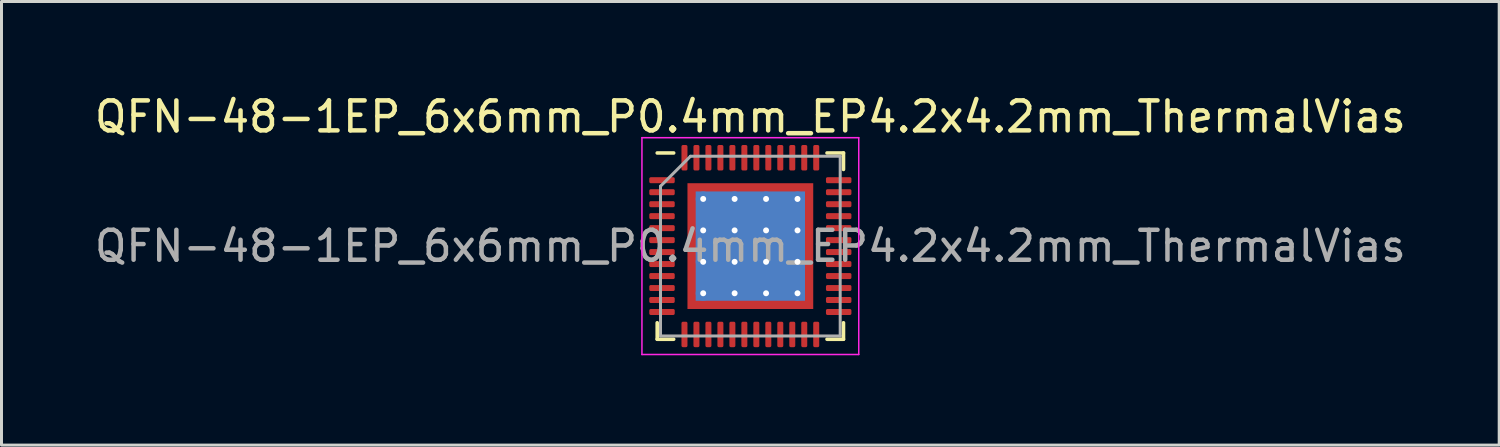
<source format=kicad_pcb>
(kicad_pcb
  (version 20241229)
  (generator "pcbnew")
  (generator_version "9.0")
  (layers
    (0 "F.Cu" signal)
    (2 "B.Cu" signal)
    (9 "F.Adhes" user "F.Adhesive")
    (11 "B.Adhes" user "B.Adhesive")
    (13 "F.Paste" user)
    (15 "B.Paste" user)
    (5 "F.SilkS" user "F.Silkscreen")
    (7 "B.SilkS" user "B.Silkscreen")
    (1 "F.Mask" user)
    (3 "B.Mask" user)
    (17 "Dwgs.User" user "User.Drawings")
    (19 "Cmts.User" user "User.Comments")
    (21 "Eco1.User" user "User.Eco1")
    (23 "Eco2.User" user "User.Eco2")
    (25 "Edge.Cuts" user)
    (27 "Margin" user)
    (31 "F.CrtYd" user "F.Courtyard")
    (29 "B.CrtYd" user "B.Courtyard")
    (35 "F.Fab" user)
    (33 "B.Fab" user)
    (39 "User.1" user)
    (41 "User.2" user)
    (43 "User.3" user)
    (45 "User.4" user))
  (footprint "QFN-48-1EP_6x6mm_P0.4mm_EP4.2x4.2mm_ThermalVias"
    (layer "F.Cu")
    (at 22.006 5.168)
    (property "Reference" "QFN-48-1EP_6x6mm_P0.4mm_EP4.2x4.2mm_ThermalVias" (at 0 -4.32 0) (layer "F.SilkS") (effects (font (size 1 1) (thickness 0.15))))
    (attr smd)
    (fp_line (start -3.11 3.11) (end -3.11 2.56) (stroke (width 0.12) (type solid)) (layer "F.SilkS"))
    (fp_line (start -2.56 -3.11) (end -3.11 -3.11) (stroke (width 0.12) (type solid)) (layer "F.SilkS"))
    (fp_line (start -2.56 3.11) (end -3.11 3.11) (stroke (width 0.12) (type solid)) (layer "F.SilkS"))
    (fp_line (start 2.56 -3.11) (end 3.11 -3.11) (stroke (width 0.12) (type solid)) (layer "F.SilkS"))
    (fp_line (start 2.56 3.11) (end 3.11 3.11) (stroke (width 0.12) (type solid)) (layer "F.SilkS"))
    (fp_line (start 3.11 -3.11) (end 3.11 -2.56) (stroke (width 0.12) (type solid)) (layer "F.SilkS"))
    (fp_line (start 3.11 3.11) (end 3.11 2.56) (stroke (width 0.12) (type solid)) (layer "F.SilkS"))
    (fp_line (start -3.62 -3.62) (end -3.62 3.62) (stroke (width 0.05) (type solid)) (layer "F.CrtYd"))
    (fp_line (start -3.62 3.62) (end 3.62 3.62) (stroke (width 0.05) (type solid)) (layer "F.CrtYd"))
    (fp_line (start 3.62 -3.62) (end -3.62 -3.62) (stroke (width 0.05) (type solid)) (layer "F.CrtYd"))
    (fp_line (start 3.62 3.62) (end 3.62 -3.62) (stroke (width 0.05) (type solid)) (layer "F.CrtYd"))
    (fp_line (start -3 -2) (end -2 -3) (stroke (width 0.1) (type solid)) (layer "F.Fab"))
    (fp_line (start -3 3) (end -3 -2) (stroke (width 0.1) (type solid)) (layer "F.Fab"))
    (fp_line (start -2 -3) (end 3 -3) (stroke (width 0.1) (type solid)) (layer "F.Fab"))
    (fp_line (start 3 -3) (end 3 3) (stroke (width 0.1) (type solid)) (layer "F.Fab"))
    (fp_line (start 3 3) (end -3 3) (stroke (width 0.1) (type solid)) (layer "F.Fab"))
    (fp_text user "${REFERENCE}" (at 0 0 0) (layer "F.Fab") (effects (font (size 1 1) (thickness 0.15))))
    (pad "" smd custom (at -1.837 -1.837) (size 0.295 0.295) (layers "F.Paste") (options (anchor circle)) (primitives (gr_poly (pts (xy -0.106 -0.106) (xy 0.106 -0.106) (xy 0.106 -0.013) (xy -0.013 0.106) (xy -0.106 0.106)) (width 0.212) (fill yes))))
    (pad "" smd custom (at -1.837 -1.05) (size 0.331 0.331) (layers "F.Paste") (options (anchor circle)) (primitives (gr_poly (pts (xy -0.12 -0.331) (xy 0.043 -0.331) (xy 0.12 -0.255) (xy 0.12 0.255) (xy 0.043 0.331) (xy -0.12 0.331)) (width 0.184) (fill yes))))
    (pad "" smd custom (at -1.837 0) (size 0.331 0.331) (layers "F.Paste") (options (anchor circle)) (primitives (gr_poly (pts (xy -0.12 -0.331) (xy 0.043 -0.331) (xy 0.12 -0.255) (xy 0.12 0.255) (xy 0.043 0.331) (xy -0.12 0.331)) (width 0.184) (fill yes))))
    (pad "" smd custom (at -1.837 1.05) (size 0.331 0.331) (layers "F.Paste") (options (anchor circle)) (primitives (gr_poly (pts (xy -0.12 -0.331) (xy 0.043 -0.331) (xy 0.12 -0.255) (xy 0.12 0.255) (xy 0.043 0.331) (xy -0.12 0.331)) (width 0.184) (fill yes))))
    (pad "" smd custom (at -1.837 1.837) (size 0.295 0.295) (layers "F.Paste") (options (anchor circle)) (primitives (gr_poly (pts (xy -0.106 -0.106) (xy -0.013 -0.106) (xy 0.106 0.013) (xy 0.106 0.106) (xy -0.106 0.106)) (width 0.212) (fill yes))))
    (pad "" smd custom (at -1.05 -1.837) (size 0.331 0.331) (layers "F.Paste") (options (anchor circle)) (primitives (gr_poly (pts (xy -0.331 -0.12) (xy 0.331 -0.12) (xy 0.331 0.043) (xy 0.255 0.12) (xy -0.255 0.12) (xy -0.331 0.043)) (width 0.184) (fill yes))))
    (pad "" smd roundrect (at -1.05 -1.05) (size 0.847 0.847) (layers "F.Paste") (roundrect_rratio 0.25))
    (pad "" smd roundrect (at -1.05 0) (size 0.847 0.847) (layers "F.Paste") (roundrect_rratio 0.25))
    (pad "" smd roundrect (at -1.05 1.05) (size 0.847 0.847) (layers "F.Paste") (roundrect_rratio 0.25))
    (pad "" smd custom (at -1.05 1.837) (size 0.331 0.331) (layers "F.Paste") (options (anchor circle)) (primitives (gr_poly (pts (xy -0.331 -0.043) (xy -0.255 -0.12) (xy 0.255 -0.12) (xy 0.331 -0.043) (xy 0.331 0.12) (xy -0.331 0.12)) (width 0.184) (fill yes))))
    (pad "" smd custom (at 0 -1.837) (size 0.331 0.331) (layers "F.Paste") (options (anchor circle)) (primitives (gr_poly (pts (xy -0.331 -0.12) (xy 0.331 -0.12) (xy 0.331 0.043) (xy 0.255 0.12) (xy -0.255 0.12) (xy -0.331 0.043)) (width 0.184) (fill yes))))
    (pad "" smd roundrect (at 0 -1.05) (size 0.847 0.847) (layers "F.Paste") (roundrect_rratio 0.25))
    (pad "" smd roundrect (at 0 0) (size 0.847 0.847) (layers "F.Paste") (roundrect_rratio 0.25))
    (pad "" smd roundrect (at 0 1.05) (size 0.847 0.847) (layers "F.Paste") (roundrect_rratio 0.25))
    (pad "" smd custom (at 0 1.837) (size 0.331 0.331) (layers "F.Paste") (options (anchor circle)) (primitives (gr_poly (pts (xy -0.331 -0.043) (xy -0.255 -0.12) (xy 0.255 -0.12) (xy 0.331 -0.043) (xy 0.331 0.12) (xy -0.331 0.12)) (width 0.184) (fill yes))))
    (pad "" smd custom (at 1.05 -1.837) (size 0.331 0.331) (layers "F.Paste") (options (anchor circle)) (primitives (gr_poly (pts (xy -0.331 -0.12) (xy 0.331 -0.12) (xy 0.331 0.043) (xy 0.255 0.12) (xy -0.255 0.12) (xy -0.331 0.043)) (width 0.184) (fill yes))))
    (pad "" smd roundrect (at 1.05 -1.05) (size 0.847 0.847) (layers "F.Paste") (roundrect_rratio 0.25))
    (pad "" smd roundrect (at 1.05 0) (size 0.847 0.847) (layers "F.Paste") (roundrect_rratio 0.25))
    (pad "" smd roundrect (at 1.05 1.05) (size 0.847 0.847) (layers "F.Paste") (roundrect_rratio 0.25))
    (pad "" smd custom (at 1.05 1.837) (size 0.331 0.331) (layers "F.Paste") (options (anchor circle)) (primitives (gr_poly (pts (xy -0.331 -0.043) (xy -0.255 -0.12) (xy 0.255 -0.12) (xy 0.331 -0.043) (xy 0.331 0.12) (xy -0.331 0.12)) (width 0.184) (fill yes))))
    (pad "" smd custom (at 1.837 -1.837) (size 0.295 0.295) (layers "F.Paste") (options (anchor circle)) (primitives (gr_poly (pts (xy -0.106 -0.106) (xy 0.106 -0.106) (xy 0.106 0.106) (xy 0.013 0.106) (xy -0.106 -0.013)) (width 0.212) (fill yes))))
    (pad "" smd custom (at 1.837 -1.05) (size 0.331 0.331) (layers "F.Paste") (options (anchor circle)) (primitives (gr_poly (pts (xy -0.12 -0.255) (xy -0.043 -0.331) (xy 0.12 -0.331) (xy 0.12 0.331) (xy -0.043 0.331) (xy -0.12 0.255)) (width 0.184) (fill yes))))
    (pad "" smd custom (at 1.837 0) (size 0.331 0.331) (layers "F.Paste") (options (anchor circle)) (primitives (gr_poly (pts (xy -0.12 -0.255) (xy -0.043 -0.331) (xy 0.12 -0.331) (xy 0.12 0.331) (xy -0.043 0.331) (xy -0.12 0.255)) (width 0.184) (fill yes))))
    (pad "" smd custom (at 1.837 1.05) (size 0.331 0.331) (layers "F.Paste") (options (anchor circle)) (primitives (gr_poly (pts (xy -0.12 -0.255) (xy -0.043 -0.331) (xy 0.12 -0.331) (xy 0.12 0.331) (xy -0.043 0.331) (xy -0.12 0.255)) (width 0.184) (fill yes))))
    (pad "" smd custom (at 1.837 1.837) (size 0.295 0.295) (layers "F.Paste") (options (anchor circle)) (primitives (gr_poly (pts (xy -0.106 0.013) (xy 0.013 -0.106) (xy 0.106 -0.106) (xy 0.106 0.106) (xy -0.106 0.106)) (width 0.212) (fill yes))))
    (pad "1" smd roundrect (at -2.95 -2.2) (size 0.85 0.2) (layers "F.Cu" "F.Mask" "F.Paste") (roundrect_rratio 0.25))
    (pad "2" smd roundrect (at -2.95 -1.8) (size 0.85 0.2) (layers "F.Cu" "F.Mask" "F.Paste") (roundrect_rratio 0.25))
    (pad "3" smd roundrect (at -2.95 -1.4) (size 0.85 0.2) (layers "F.Cu" "F.Mask" "F.Paste") (roundrect_rratio 0.25))
    (pad "4" smd roundrect (at -2.95 -1) (size 0.85 0.2) (layers "F.Cu" "F.Mask" "F.Paste") (roundrect_rratio 0.25))
    (pad "5" smd roundrect (at -2.95 -0.6) (size 0.85 0.2) (layers "F.Cu" "F.Mask" "F.Paste") (roundrect_rratio 0.25))
    (pad "6" smd roundrect (at -2.95 -0.2) (size 0.85 0.2) (layers "F.Cu" "F.Mask" "F.Paste") (roundrect_rratio 0.25))
    (pad "7" smd roundrect (at -2.95 0.2) (size 0.85 0.2) (layers "F.Cu" "F.Mask" "F.Paste") (roundrect_rratio 0.25))
    (pad "8" smd roundrect (at -2.95 0.6) (size 0.85 0.2) (layers "F.Cu" "F.Mask" "F.Paste") (roundrect_rratio 0.25))
    (pad "9" smd roundrect (at -2.95 1) (size 0.85 0.2) (layers "F.Cu" "F.Mask" "F.Paste") (roundrect_rratio 0.25))
    (pad "10" smd roundrect (at -2.95 1.4) (size 0.85 0.2) (layers "F.Cu" "F.Mask" "F.Paste") (roundrect_rratio 0.25))
    (pad "11" smd roundrect (at -2.95 1.8) (size 0.85 0.2) (layers "F.Cu" "F.Mask" "F.Paste") (roundrect_rratio 0.25))
    (pad "12" smd roundrect (at -2.95 2.2) (size 0.85 0.2) (layers "F.Cu" "F.Mask" "F.Paste") (roundrect_rratio 0.25))
    (pad "13" smd roundrect (at -2.2 2.95) (size 0.2 0.85) (layers "F.Cu" "F.Mask" "F.Paste") (roundrect_rratio 0.25))
    (pad "14" smd roundrect (at -1.8 2.95) (size 0.2 0.85) (layers "F.Cu" "F.Mask" "F.Paste") (roundrect_rratio 0.25))
    (pad "15" smd roundrect (at -1.4 2.95) (size 0.2 0.85) (layers "F.Cu" "F.Mask" "F.Paste") (roundrect_rratio 0.25))
    (pad "16" smd roundrect (at -1 2.95) (size 0.2 0.85) (layers "F.Cu" "F.Mask" "F.Paste") (roundrect_rratio 0.25))
    (pad "17" smd roundrect (at -0.6 2.95) (size 0.2 0.85) (layers "F.Cu" "F.Mask" "F.Paste") (roundrect_rratio 0.25))
    (pad "18" smd roundrect (at -0.2 2.95) (size 0.2 0.85) (layers "F.Cu" "F.Mask" "F.Paste") (roundrect_rratio 0.25))
    (pad "19" smd roundrect (at 0.2 2.95) (size 0.2 0.85) (layers "F.Cu" "F.Mask" "F.Paste") (roundrect_rratio 0.25))
    (pad "20" smd roundrect (at 0.6 2.95) (size 0.2 0.85) (layers "F.Cu" "F.Mask" "F.Paste") (roundrect_rratio 0.25))
    (pad "21" smd roundrect (at 1 2.95) (size 0.2 0.85) (layers "F.Cu" "F.Mask" "F.Paste") (roundrect_rratio 0.25))
    (pad "22" smd roundrect (at 1.4 2.95) (size 0.2 0.85) (layers "F.Cu" "F.Mask" "F.Paste") (roundrect_rratio 0.25))
    (pad "23" smd roundrect (at 1.8 2.95) (size 0.2 0.85) (layers "F.Cu" "F.Mask" "F.Paste") (roundrect_rratio 0.25))
    (pad "24" smd roundrect (at 2.2 2.95) (size 0.2 0.85) (layers "F.Cu" "F.Mask" "F.Paste") (roundrect_rratio 0.25))
    (pad "25" smd roundrect (at 2.95 2.2) (size 0.85 0.2) (layers "F.Cu" "F.Mask" "F.Paste") (roundrect_rratio 0.25))
    (pad "26" smd roundrect (at 2.95 1.8) (size 0.85 0.2) (layers "F.Cu" "F.Mask" "F.Paste") (roundrect_rratio 0.25))
    (pad "27" smd roundrect (at 2.95 1.4) (size 0.85 0.2) (layers "F.Cu" "F.Mask" "F.Paste") (roundrect_rratio 0.25))
    (pad "28" smd roundrect (at 2.95 1) (size 0.85 0.2) (layers "F.Cu" "F.Mask" "F.Paste") (roundrect_rratio 0.25))
    (pad "29" smd roundrect (at 2.95 0.6) (size 0.85 0.2) (layers "F.Cu" "F.Mask" "F.Paste") (roundrect_rratio 0.25))
    (pad "30" smd roundrect (at 2.95 0.2) (size 0.85 0.2) (layers "F.Cu" "F.Mask" "F.Paste") (roundrect_rratio 0.25))
    (pad "31" smd roundrect (at 2.95 -0.2) (size 0.85 0.2) (layers "F.Cu" "F.Mask" "F.Paste") (roundrect_rratio 0.25))
    (pad "32" smd roundrect (at 2.95 -0.6) (size 0.85 0.2) (layers "F.Cu" "F.Mask" "F.Paste") (roundrect_rratio 0.25))
    (pad "33" smd roundrect (at 2.95 -1) (size 0.85 0.2) (layers "F.Cu" "F.Mask" "F.Paste") (roundrect_rratio 0.25))
    (pad "34" smd roundrect (at 2.95 -1.4) (size 0.85 0.2) (layers "F.Cu" "F.Mask" "F.Paste") (roundrect_rratio 0.25))
    (pad "35" smd roundrect (at 2.95 -1.8) (size 0.85 0.2) (layers "F.Cu" "F.Mask" "F.Paste") (roundrect_rratio 0.25))
    (pad "36" smd roundrect (at 2.95 -2.2) (size 0.85 0.2) (layers "F.Cu" "F.Mask" "F.Paste") (roundrect_rratio 0.25))
    (pad "37" smd roundrect (at 2.2 -2.95) (size 0.2 0.85) (layers "F.Cu" "F.Mask" "F.Paste") (roundrect_rratio 0.25))
    (pad "38" smd roundrect (at 1.8 -2.95) (size 0.2 0.85) (layers "F.Cu" "F.Mask" "F.Paste") (roundrect_rratio 0.25))
    (pad "39" smd roundrect (at 1.4 -2.95) (size 0.2 0.85) (layers "F.Cu" "F.Mask" "F.Paste") (roundrect_rratio 0.25))
    (pad "40" smd roundrect (at 1 -2.95) (size 0.2 0.85) (layers "F.Cu" "F.Mask" "F.Paste") (roundrect_rratio 0.25))
    (pad "41" smd roundrect (at 0.6 -2.95) (size 0.2 0.85) (layers "F.Cu" "F.Mask" "F.Paste") (roundrect_rratio 0.25))
    (pad "42" smd roundrect (at 0.2 -2.95) (size 0.2 0.85) (layers "F.Cu" "F.Mask" "F.Paste") (roundrect_rratio 0.25))
    (pad "43" smd roundrect (at -0.2 -2.95) (size 0.2 0.85) (layers "F.Cu" "F.Mask" "F.Paste") (roundrect_rratio 0.25))
    (pad "44" smd roundrect (at -0.6 -2.95) (size 0.2 0.85) (layers "F.Cu" "F.Mask" "F.Paste") (roundrect_rratio 0.25))
    (pad "45" smd roundrect (at -1 -2.95) (size 0.2 0.85) (layers "F.Cu" "F.Mask" "F.Paste") (roundrect_rratio 0.25))
    (pad "46" smd roundrect (at -1.4 -2.95) (size 0.2 0.85) (layers "F.Cu" "F.Mask" "F.Paste") (roundrect_rratio 0.25))
    (pad "47" smd roundrect (at -1.8 -2.95) (size 0.2 0.85) (layers "F.Cu" "F.Mask" "F.Paste") (roundrect_rratio 0.25))
    (pad "48" smd roundrect (at -2.2 -2.95) (size 0.2 0.85) (layers "F.Cu" "F.Mask" "F.Paste") (roundrect_rratio 0.25))
    (pad "49" thru_hole circle (at -1.575 -1.575) (size 0.5 0.5) (drill 0.2) (layers "*.Cu"))
    (pad "49" thru_hole circle (at -1.575 -0.525) (size 0.5 0.5) (drill 0.2) (layers "*.Cu"))
    (pad "49" thru_hole circle (at -1.575 0.525) (size 0.5 0.5) (drill 0.2) (layers "*.Cu"))
    (pad "49" thru_hole circle (at -1.575 1.575) (size 0.5 0.5) (drill 0.2) (layers "*.Cu"))
    (pad "49" thru_hole circle (at -0.525 -1.575) (size 0.5 0.5) (drill 0.2) (layers "*.Cu"))
    (pad "49" thru_hole circle (at -0.525 -0.525) (size 0.5 0.5) (drill 0.2) (layers "*.Cu"))
    (pad "49" thru_hole circle (at -0.525 0.525) (size 0.5 0.5) (drill 0.2) (layers "*.Cu"))
    (pad "49" thru_hole circle (at -0.525 1.575) (size 0.5 0.5) (drill 0.2) (layers "*.Cu"))
    (pad "49" smd rect (at 0 0) (size 3.65 3.65) (layers "B.Cu"))
    (pad "49" smd rect (at 0 0) (size 4.2 4.2) (layers "F.Cu" "F.Mask"))
    (pad "49" thru_hole circle (at 0.525 -1.575) (size 0.5 0.5) (drill 0.2) (layers "*.Cu"))
    (pad "49" thru_hole circle (at 0.525 -0.525) (size 0.5 0.5) (drill 0.2) (layers "*.Cu"))
    (pad "49" thru_hole circle (at 0.525 0.525) (size 0.5 0.5) (drill 0.2) (layers "*.Cu"))
    (pad "49" thru_hole circle (at 0.525 1.575) (size 0.5 0.5) (drill 0.2) (layers "*.Cu"))
    (pad "49" thru_hole circle (at 1.575 -1.575) (size 0.5 0.5) (drill 0.2) (layers "*.Cu"))
    (pad "49" thru_hole circle (at 1.575 -0.525) (size 0.5 0.5) (drill 0.2) (layers "*.Cu"))
    (pad "49" thru_hole circle (at 1.575 0.525) (size 0.5 0.5) (drill 0.2) (layers "*.Cu"))
    (pad "49" thru_hole circle (at 1.575 1.575) (size 0.5 0.5) (drill 0.2) (layers "*.Cu")))
  (gr_rect
    (start -3 -3)
    (end 47.012 11.813)
    (stroke (width 0.1) (type default))
    (fill no)
    (layer "Edge.Cuts")))
</source>
